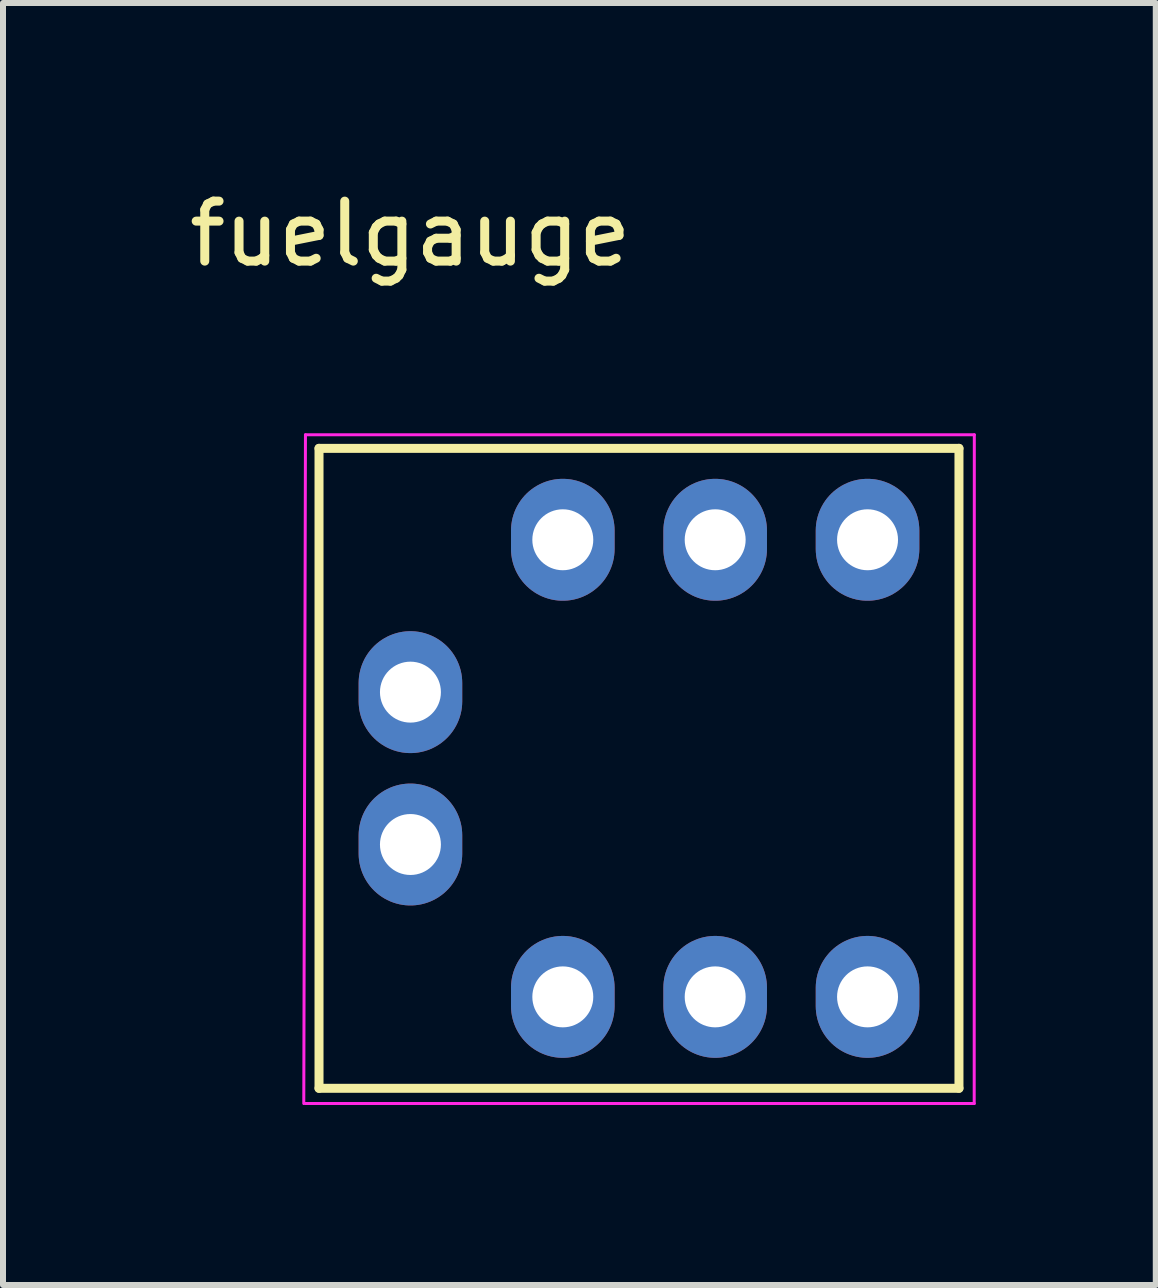
<source format=kicad_pcb>
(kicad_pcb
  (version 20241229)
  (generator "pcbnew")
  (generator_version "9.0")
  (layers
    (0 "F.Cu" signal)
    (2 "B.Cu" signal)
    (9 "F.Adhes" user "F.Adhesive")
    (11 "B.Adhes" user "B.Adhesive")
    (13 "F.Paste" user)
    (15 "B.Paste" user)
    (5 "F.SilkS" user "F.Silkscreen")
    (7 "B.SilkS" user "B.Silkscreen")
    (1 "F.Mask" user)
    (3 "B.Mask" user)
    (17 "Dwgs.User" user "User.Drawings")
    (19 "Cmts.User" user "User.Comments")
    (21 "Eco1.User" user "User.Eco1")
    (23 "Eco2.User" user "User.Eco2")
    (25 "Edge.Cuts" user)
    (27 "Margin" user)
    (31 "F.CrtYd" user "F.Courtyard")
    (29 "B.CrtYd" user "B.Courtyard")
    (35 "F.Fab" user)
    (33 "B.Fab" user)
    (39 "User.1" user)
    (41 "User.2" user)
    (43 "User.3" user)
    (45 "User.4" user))
  (footprint "fuelgauge"
    (layer "F.Cu")
    (at 3.792 5.948)
    (property "Reference" "fuelgauge" (at 0 -5.1 0) (layer "F.SilkS") (effects (font (size 1 1) (thickness 0.15))))
    (attr through_hole)
    (fp_line (start -1.524 -1.524) (end 9.144 -1.524) (stroke (width 0.15) (type solid)) (layer "F.SilkS"))
    (fp_line (start -1.524 9.144) (end -1.524 -1.524) (stroke (width 0.15) (type solid)) (layer "F.SilkS"))
    (fp_line (start 9.144 -1.524) (end 9.144 9.144) (stroke (width 0.15) (type solid)) (layer "F.SilkS"))
    (fp_line (start 9.144 9.144) (end -1.524 9.144) (stroke (width 0.15) (type solid)) (layer "F.SilkS"))
    (fp_line (start -1.752 9.398) (end 9.398 9.398) (stroke (width 0.05) (type solid)) (layer "F.CrtYd"))
    (fp_line (start -1.75 -1.75) (end -1.778 9.398) (stroke (width 0.05) (type solid)) (layer "F.CrtYd"))
    (fp_line (start -1.75 -1.75) (end 9.4 -1.75) (stroke (width 0.05) (type solid)) (layer "F.CrtYd"))
    (fp_line (start 9.4 -1.75) (end 9.398 9.398) (stroke (width 0.05) (type solid)) (layer "F.CrtYd"))
    (pad "1" thru_hole oval (at 0 5.08) (size 1.727 2.032) (drill 1.016) (layers "*.Cu" "*.Mask"))
    (pad "2" thru_hole oval (at 0 2.54) (size 1.727 2.032) (drill 1.016) (layers "*.Cu" "*.Mask"))
    (pad "3" thru_hole oval (at 2.54 0) (size 1.727 2.032) (drill 1.016) (layers "*.Cu" "*.Mask"))
    (pad "4" thru_hole oval (at 5.08 0) (size 1.727 2.032) (drill 1.016) (layers "*.Cu" "*.Mask"))
    (pad "5" thru_hole oval (at 7.62 0) (size 1.727 2.032) (drill 1.016) (layers "*.Cu" "*.Mask"))
    (pad "6" thru_hole oval (at 7.62 7.62) (size 1.727 2.032) (drill 1.016) (layers "*.Cu" "*.Mask"))
    (pad "7" thru_hole oval (at 5.08 7.62) (size 1.727 2.032) (drill 1.016) (layers "*.Cu" "*.Mask"))
    (pad "8" thru_hole oval (at 2.54 7.62) (size 1.727 2.032) (drill 1.016) (layers "*.Cu" "*.Mask")))
  (gr_rect
    (start -3 -3)
    (end 16.217 18.371)
    (stroke (width 0.1) (type default))
    (fill no)
    (layer "Edge.Cuts")))
</source>
